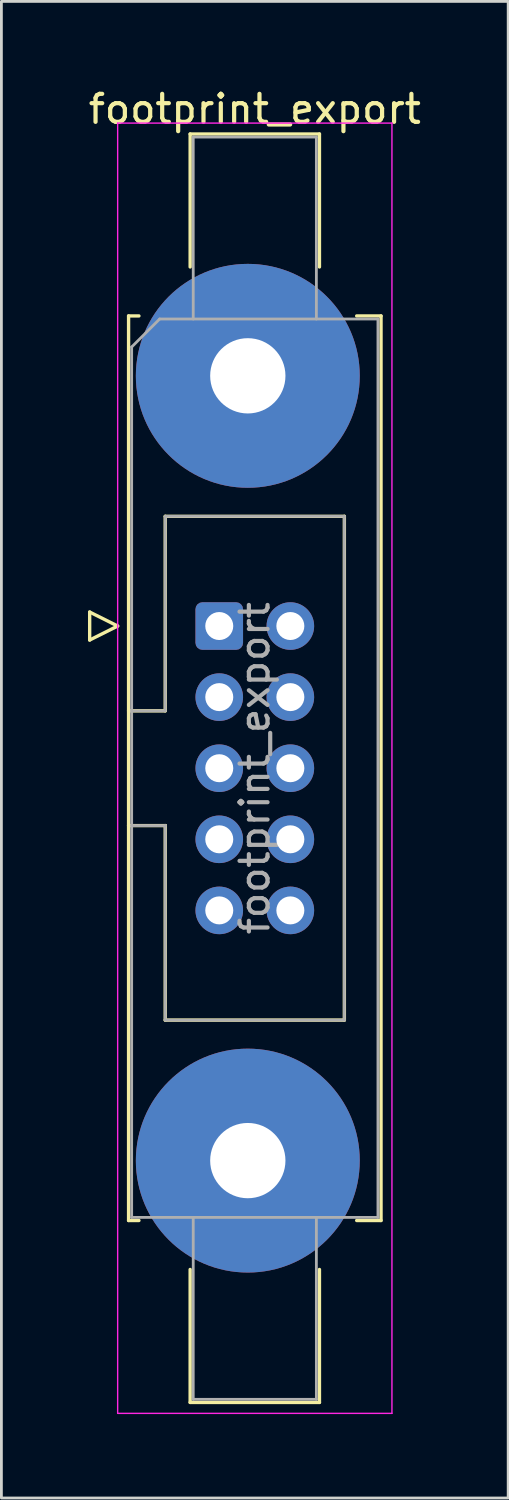
<source format=kicad_pcb>
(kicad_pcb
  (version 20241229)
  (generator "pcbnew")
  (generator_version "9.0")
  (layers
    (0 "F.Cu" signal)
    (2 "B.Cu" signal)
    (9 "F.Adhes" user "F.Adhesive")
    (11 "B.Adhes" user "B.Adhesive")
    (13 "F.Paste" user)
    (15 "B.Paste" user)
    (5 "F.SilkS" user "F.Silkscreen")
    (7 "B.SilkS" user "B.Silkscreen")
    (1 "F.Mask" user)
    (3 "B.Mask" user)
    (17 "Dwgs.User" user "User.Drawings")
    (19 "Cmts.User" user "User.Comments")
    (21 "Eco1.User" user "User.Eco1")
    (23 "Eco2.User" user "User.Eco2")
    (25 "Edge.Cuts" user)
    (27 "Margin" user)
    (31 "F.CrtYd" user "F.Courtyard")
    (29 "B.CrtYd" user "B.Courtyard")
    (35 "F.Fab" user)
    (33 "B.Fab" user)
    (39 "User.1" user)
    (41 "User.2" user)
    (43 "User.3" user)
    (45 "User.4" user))
  (footprint "footprint_export"
    (layer "F.Cu")
    (at 4.784 19.318)
    (property "Reference" "footprint_export" (at 1.27 -18.47 0) (layer "F.SilkS") (effects (font (size 1 1) (thickness 0.15))))
    (attr through_hole)
    (fp_line (start -4.63 -0.5) (end -4.63 0.5) (stroke (width 0.12) (type solid)) (layer "F.SilkS"))
    (fp_line (start -4.63 0.5) (end -3.63 0) (stroke (width 0.12) (type solid)) (layer "F.SilkS"))
    (fp_line (start -3.63 0) (end -4.63 -0.5) (stroke (width 0.12) (type solid)) (layer "F.SilkS"))
    (fp_line (start -3.24 -11.08) (end -3.24 21.24) (stroke (width 0.12) (type solid)) (layer "F.SilkS"))
    (fp_line (start -3.24 3.03) (end -1.93 3.03) (stroke (width 0.12) (type solid)) (layer "F.SilkS"))
    (fp_line (start -3.24 21.24) (end -2.87 21.24) (stroke (width 0.12) (type solid)) (layer "F.SilkS"))
    (fp_line (start -2.87 -11.08) (end -3.24 -11.08) (stroke (width 0.12) (type solid)) (layer "F.SilkS"))
    (fp_line (start -1.93 -3.92) (end 4.47 -3.92) (stroke (width 0.12) (type solid)) (layer "F.SilkS"))
    (fp_line (start -1.93 3.03) (end -1.93 -3.92) (stroke (width 0.12) (type solid)) (layer "F.SilkS"))
    (fp_line (start -1.93 7.13) (end -3.24 7.13) (stroke (width 0.12) (type solid)) (layer "F.SilkS"))
    (fp_line (start -1.93 7.13) (end -1.93 7.13) (stroke (width 0.12) (type solid)) (layer "F.SilkS"))
    (fp_line (start -1.93 14.08) (end -1.93 7.13) (stroke (width 0.12) (type solid)) (layer "F.SilkS"))
    (fp_line (start -1.04 -17.58) (end 3.58 -17.58) (stroke (width 0.12) (type solid)) (layer "F.SilkS"))
    (fp_line (start -1.04 -12.83) (end -1.04 -17.58) (stroke (width 0.12) (type solid)) (layer "F.SilkS"))
    (fp_line (start -1.04 22.99) (end -1.04 27.74) (stroke (width 0.12) (type solid)) (layer "F.SilkS"))
    (fp_line (start -1.04 27.74) (end 3.58 27.74) (stroke (width 0.12) (type solid)) (layer "F.SilkS"))
    (fp_line (start 3.58 -17.58) (end 3.58 -12.83) (stroke (width 0.12) (type solid)) (layer "F.SilkS"))
    (fp_line (start 3.58 27.74) (end 3.58 22.99) (stroke (width 0.12) (type solid)) (layer "F.SilkS"))
    (fp_line (start 4.47 -3.92) (end 4.47 14.08) (stroke (width 0.12) (type solid)) (layer "F.SilkS"))
    (fp_line (start 4.47 14.08) (end -1.93 14.08) (stroke (width 0.12) (type solid)) (layer "F.SilkS"))
    (fp_line (start 4.91 -11.08) (end 5.78 -11.08) (stroke (width 0.12) (type solid)) (layer "F.SilkS"))
    (fp_line (start 5.78 -11.08) (end 5.78 21.24) (stroke (width 0.12) (type solid)) (layer "F.SilkS"))
    (fp_line (start 5.78 21.24) (end 4.91 21.24) (stroke (width 0.12) (type solid)) (layer "F.SilkS"))
    (fp_line (start -3.63 -17.97) (end -3.63 28.13) (stroke (width 0.05) (type solid)) (layer "F.CrtYd"))
    (fp_line (start -3.63 28.13) (end 6.17 28.13) (stroke (width 0.05) (type solid)) (layer "F.CrtYd"))
    (fp_line (start 6.17 -17.97) (end -3.63 -17.97) (stroke (width 0.05) (type solid)) (layer "F.CrtYd"))
    (fp_line (start 6.17 28.13) (end 6.17 -17.97) (stroke (width 0.05) (type solid)) (layer "F.CrtYd"))
    (fp_line (start -3.13 -9.97) (end -2.13 -10.97) (stroke (width 0.1) (type solid)) (layer "F.Fab"))
    (fp_line (start -3.13 3.03) (end -1.93 3.03) (stroke (width 0.1) (type solid)) (layer "F.Fab"))
    (fp_line (start -3.13 21.13) (end -3.13 -9.97) (stroke (width 0.1) (type solid)) (layer "F.Fab"))
    (fp_line (start -2.13 -10.97) (end 5.67 -10.97) (stroke (width 0.1) (type solid)) (layer "F.Fab"))
    (fp_line (start -1.93 -3.92) (end 4.47 -3.92) (stroke (width 0.1) (type solid)) (layer "F.Fab"))
    (fp_line (start -1.93 3.03) (end -1.93 -3.92) (stroke (width 0.1) (type solid)) (layer "F.Fab"))
    (fp_line (start -1.93 7.13) (end -3.13 7.13) (stroke (width 0.1) (type solid)) (layer "F.Fab"))
    (fp_line (start -1.93 7.13) (end -1.93 7.13) (stroke (width 0.1) (type solid)) (layer "F.Fab"))
    (fp_line (start -1.93 14.08) (end -1.93 7.13) (stroke (width 0.1) (type solid)) (layer "F.Fab"))
    (fp_line (start -0.93 -17.47) (end 3.47 -17.47) (stroke (width 0.1) (type solid)) (layer "F.Fab"))
    (fp_line (start -0.93 -10.97) (end -0.93 -17.47) (stroke (width 0.1) (type solid)) (layer "F.Fab"))
    (fp_line (start -0.93 21.13) (end -0.93 27.63) (stroke (width 0.1) (type solid)) (layer "F.Fab"))
    (fp_line (start -0.93 27.63) (end 3.47 27.63) (stroke (width 0.1) (type solid)) (layer "F.Fab"))
    (fp_line (start 3.47 -17.47) (end 3.47 -10.97) (stroke (width 0.1) (type solid)) (layer "F.Fab"))
    (fp_line (start 3.47 27.63) (end 3.47 21.13) (stroke (width 0.1) (type solid)) (layer "F.Fab"))
    (fp_line (start 4.47 -3.92) (end 4.47 14.08) (stroke (width 0.1) (type solid)) (layer "F.Fab"))
    (fp_line (start 4.47 14.08) (end -1.93 14.08) (stroke (width 0.1) (type solid)) (layer "F.Fab"))
    (fp_line (start 5.67 -10.97) (end 5.67 21.13) (stroke (width 0.1) (type solid)) (layer "F.Fab"))
    (fp_line (start 5.67 21.13) (end -3.13 21.13) (stroke (width 0.1) (type solid)) (layer "F.Fab"))
    (fp_text user "${REFERENCE}" (at 1.27 5.08 90) (layer "F.Fab") (effects (font (size 1 1) (thickness 0.15))))
    (pad "1" thru_hole roundrect (at 0 0) (size 1.7 1.7) (drill 1) (layers "*.Cu" "*.Mask") (roundrect_rratio 0.147))
    (pad "2" thru_hole circle (at 2.54 0) (size 1.7 1.7) (drill 1) (layers "*.Cu" "*.Mask"))
    (pad "3" thru_hole circle (at 0 2.54) (size 1.7 1.7) (drill 1) (layers "*.Cu" "*.Mask"))
    (pad "4" thru_hole circle (at 2.54 2.54) (size 1.7 1.7) (drill 1) (layers "*.Cu" "*.Mask"))
    (pad "5" thru_hole circle (at 0 5.08) (size 1.7 1.7) (drill 1) (layers "*.Cu" "*.Mask"))
    (pad "6" thru_hole circle (at 2.54 5.08) (size 1.7 1.7) (drill 1) (layers "*.Cu" "*.Mask"))
    (pad "7" thru_hole circle (at 0 7.62) (size 1.7 1.7) (drill 1) (layers "*.Cu" "*.Mask"))
    (pad "8" thru_hole circle (at 2.54 7.62) (size 1.7 1.7) (drill 1) (layers "*.Cu" "*.Mask"))
    (pad "9" thru_hole circle (at 0 10.16) (size 1.7 1.7) (drill 1) (layers "*.Cu" "*.Mask"))
    (pad "10" thru_hole circle (at 2.54 10.16) (size 1.7 1.7) (drill 1) (layers "*.Cu" "*.Mask"))
    (pad "MP" thru_hole circle (at 1.02 -8.94) (size 8 8) (drill 2.69) (layers "*.Cu" "*.Mask"))
    (pad "MP" thru_hole circle (at 1.02 19.1) (size 8 8) (drill 2.69) (layers "*.Cu" "*.Mask")))
  (gr_rect
    (start -3 -3)
    (end 15.107 50.473)
    (stroke (width 0.1) (type default))
    (fill no)
    (layer "Edge.Cuts")))
</source>
